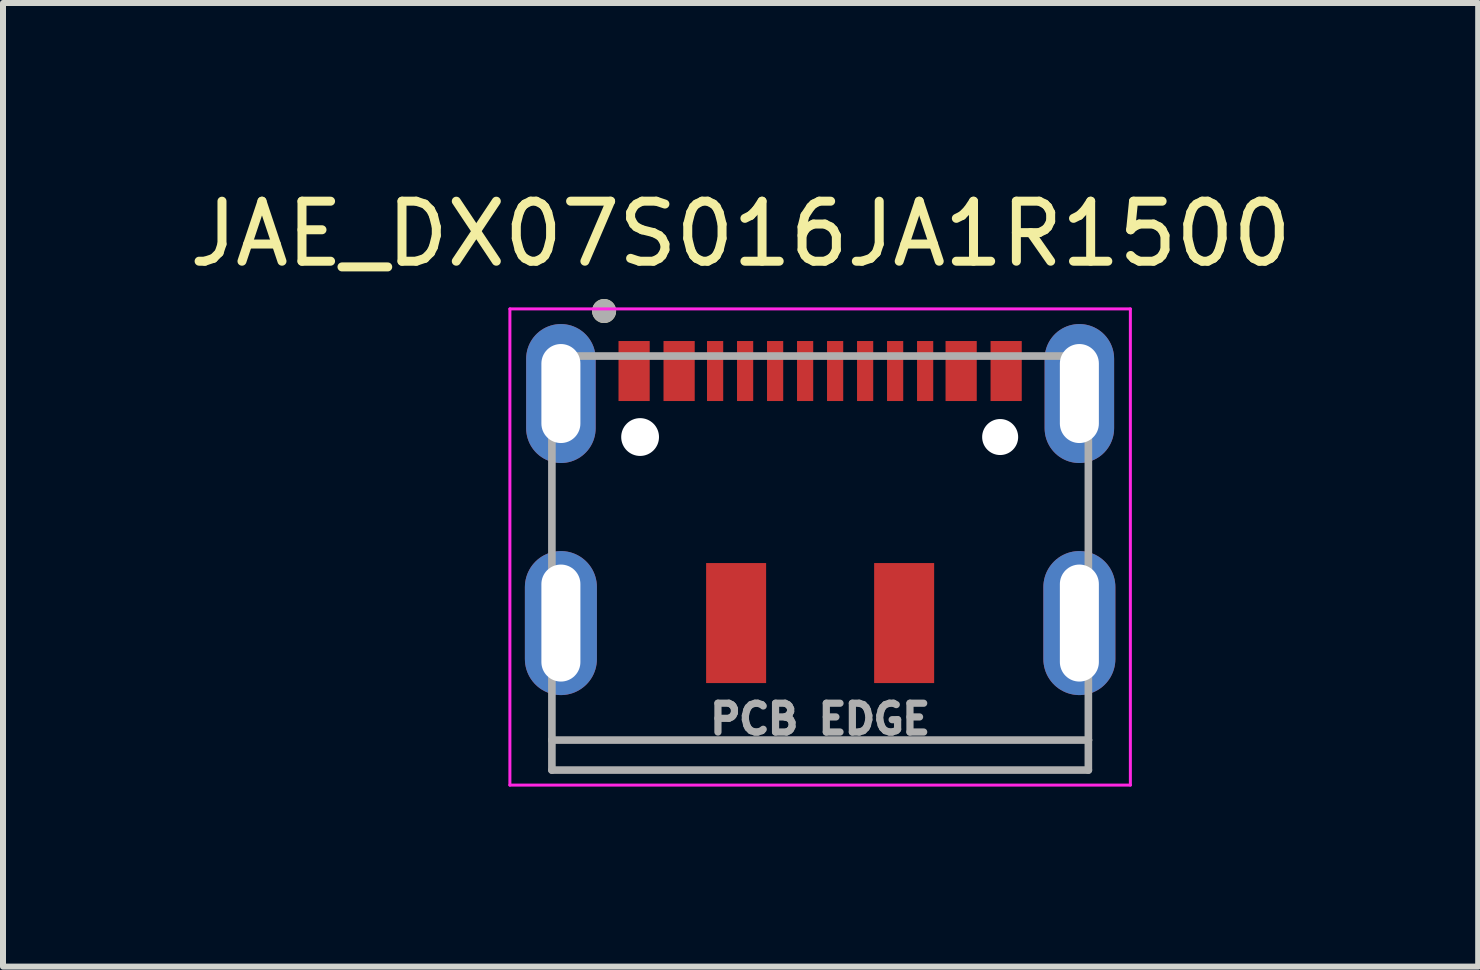
<source format=kicad_pcb>
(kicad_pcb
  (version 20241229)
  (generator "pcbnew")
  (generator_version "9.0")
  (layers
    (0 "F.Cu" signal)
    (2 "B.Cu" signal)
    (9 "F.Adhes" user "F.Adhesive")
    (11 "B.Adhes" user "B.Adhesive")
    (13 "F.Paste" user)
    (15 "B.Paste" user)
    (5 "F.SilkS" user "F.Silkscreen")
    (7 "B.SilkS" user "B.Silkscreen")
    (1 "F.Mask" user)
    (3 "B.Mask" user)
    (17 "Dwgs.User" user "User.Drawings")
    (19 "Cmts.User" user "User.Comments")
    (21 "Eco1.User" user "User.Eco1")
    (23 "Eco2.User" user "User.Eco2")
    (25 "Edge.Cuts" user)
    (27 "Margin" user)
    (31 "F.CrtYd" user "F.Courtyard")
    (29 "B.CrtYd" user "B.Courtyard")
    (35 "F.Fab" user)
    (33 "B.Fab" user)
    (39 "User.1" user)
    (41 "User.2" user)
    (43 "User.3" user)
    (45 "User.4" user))
  (footprint "JAE_DX07S016JA1R1500"
    (layer "F.Cu")
    (at 10.617 4.233)
    (property "Reference" "JAE_DX07S016JA1R1500" (at -1.325 -3.385 0) (layer "F.SilkS") (effects (font (size 1 1) (thickness 0.15))))
    (attr smd)
    (fp_circle (center -3.6 -2.1) (end -3.5 -2.1) (stroke (width 0.2) (type solid)) (fill no) (layer "F.SilkS"))
    (fp_line (start -5.17 -2.135) (end 5.17 -2.135) (stroke (width 0.05) (type solid)) (layer "F.CrtYd"))
    (fp_line (start -5.17 5.8) (end -5.17 -2.135) (stroke (width 0.05) (type solid)) (layer "F.CrtYd"))
    (fp_line (start 5.17 -2.135) (end 5.17 5.8) (stroke (width 0.05) (type solid)) (layer "F.CrtYd"))
    (fp_line (start 5.17 5.8) (end -5.17 5.8) (stroke (width 0.05) (type solid)) (layer "F.CrtYd"))
    (fp_line (start -4.47 -1.35) (end 4.47 -1.35) (stroke (width 0.127) (type solid)) (layer "F.Fab"))
    (fp_line (start -4.47 5.05) (end -4.47 -1.35) (stroke (width 0.127) (type solid)) (layer "F.Fab"))
    (fp_line (start -4.47 5.55) (end -4.47 5.05) (stroke (width 0.127) (type solid)) (layer "F.Fab"))
    (fp_line (start 4.47 -1.35) (end 4.47 5.05) (stroke (width 0.127) (type solid)) (layer "F.Fab"))
    (fp_line (start 4.47 5.05) (end -4.47 5.05) (stroke (width 0.127) (type solid)) (layer "F.Fab"))
    (fp_line (start 4.47 5.05) (end 4.47 5.05) (stroke (width 0.127) (type solid)) (layer "F.Fab"))
    (fp_line (start 4.47 5.05) (end 4.47 5.55) (stroke (width 0.127) (type solid)) (layer "F.Fab"))
    (fp_line (start 4.47 5.55) (end -4.47 5.55) (stroke (width 0.127) (type solid)) (layer "F.Fab"))
    (fp_circle (center -3.6 -2.1) (end -3.5 -2.1) (stroke (width 0.2) (type solid)) (fill no) (layer "F.Fab"))
    (fp_text user "PCB EDGE" (at 0 4.7 0) (layer "F.Fab") (effects (font (size 0.48 0.48) (thickness 0.12))))
    (pad "" np_thru_hole circle (at -3 0) (size 0.63 0.63) (drill 0.63) (layers "*.Cu" "*.Mask"))
    (pad "" np_thru_hole circle (at 3 0) (size 0.6 0.6) (drill 0.6) (layers "*.Cu" "*.Mask"))
    (pad "1" smd rect (at -3.1 -1.1) (size 0.52 1) (layers "F.Cu" "F.Mask" "F.Paste"))
    (pad "2" smd rect (at -2.35 -1.1) (size 0.52 1) (layers "F.Cu" "F.Mask" "F.Paste"))
    (pad "3" smd rect (at -1.75 -1.1) (size 0.27 1) (layers "F.Cu" "F.Mask" "F.Paste"))
    (pad "4" smd rect (at -1.25 -1.1) (size 0.27 1) (layers "F.Cu" "F.Mask" "F.Paste"))
    (pad "5" smd rect (at -0.75 -1.1) (size 0.27 1) (layers "F.Cu" "F.Mask" "F.Paste"))
    (pad "6" smd rect (at -0.25 -1.1) (size 0.27 1) (layers "F.Cu" "F.Mask" "F.Paste"))
    (pad "7" smd rect (at 0.25 -1.1) (size 0.27 1) (layers "F.Cu" "F.Mask" "F.Paste"))
    (pad "8" smd rect (at 0.75 -1.1) (size 0.27 1) (layers "F.Cu" "F.Mask" "F.Paste"))
    (pad "9" smd rect (at 1.25 -1.1) (size 0.27 1) (layers "F.Cu" "F.Mask" "F.Paste"))
    (pad "10" smd rect (at 1.75 -1.1) (size 0.27 1) (layers "F.Cu" "F.Mask" "F.Paste"))
    (pad "11" smd rect (at 2.35 -1.1) (size 0.52 1) (layers "F.Cu" "F.Mask" "F.Paste"))
    (pad "12" smd rect (at 3.1 -1.1) (size 0.52 1) (layers "F.Cu" "F.Mask" "F.Paste"))
    (pad "S1" smd rect (at -1.4 3.1) (size 1 2) (layers "F.Cu" "F.Mask" "F.Paste"))
    (pad "S2" smd rect (at 1.4 3.1) (size 1 2) (layers "F.Cu" "F.Mask" "F.Paste"))
    (pad "S3" thru_hole oval (at -4.32 -0.725) (size 1.158 2.316) (drill oval 0.65 1.65) (layers "*.Cu" "*.Mask"))
    (pad "S4" thru_hole oval (at 4.32 -0.725) (size 1.158 2.316) (drill oval 0.65 1.65) (layers "*.Cu" "*.Mask"))
    (pad "S5" thru_hole oval (at -4.32 3.1) (size 1.2 2.4) (drill oval 0.65 1.95) (layers "*.Cu" "*.Mask"))
    (pad "S6" thru_hole oval (at 4.32 3.1) (size 1.2 2.4) (drill oval 0.65 1.95) (layers "*.Cu" "*.Mask")))
  (gr_rect
    (start -3 -3)
    (end 21.583 13.058)
    (stroke (width 0.1) (type default))
    (fill no)
    (layer "Edge.Cuts")))
</source>
